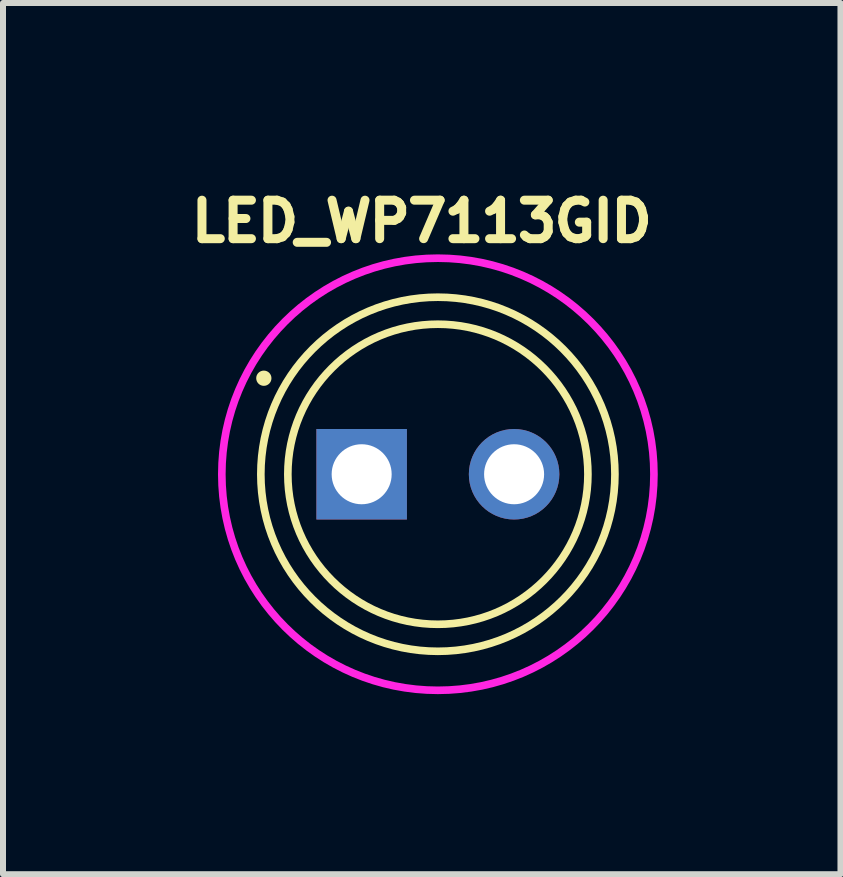
<source format=kicad_pcb>
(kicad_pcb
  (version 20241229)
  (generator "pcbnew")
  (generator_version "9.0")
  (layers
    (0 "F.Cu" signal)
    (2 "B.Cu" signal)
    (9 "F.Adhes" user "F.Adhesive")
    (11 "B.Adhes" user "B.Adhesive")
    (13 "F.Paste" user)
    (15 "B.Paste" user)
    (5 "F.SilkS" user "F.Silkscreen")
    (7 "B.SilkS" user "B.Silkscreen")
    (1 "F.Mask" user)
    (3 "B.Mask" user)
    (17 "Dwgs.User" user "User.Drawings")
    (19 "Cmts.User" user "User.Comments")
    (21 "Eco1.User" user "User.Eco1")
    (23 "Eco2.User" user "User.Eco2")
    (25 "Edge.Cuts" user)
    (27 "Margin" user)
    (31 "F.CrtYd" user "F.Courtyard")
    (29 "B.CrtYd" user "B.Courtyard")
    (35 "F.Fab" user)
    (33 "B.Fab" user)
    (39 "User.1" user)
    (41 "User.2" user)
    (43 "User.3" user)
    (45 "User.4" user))
  (footprint "LED_WP7113GID"
    (layer "F.Cu")
    (at 4.246 4.852)
    (property "Reference" "LED_WP7113GID" (at -0.268 -4.214 0) (layer "F.SilkS") (effects (font (size 0.641 0.641) (thickness 0.15))))
    (attr through_hole)
    (fp_circle (center -2.9 -1.6) (end -2.773 -1.6) (stroke (width 0) (type solid)) (fill yes) (layer "F.SilkS"))
    (fp_circle (center 0 0) (end 2.5 0) (stroke (width 0.127) (type solid)) (fill no) (layer "F.SilkS"))
    (fp_circle (center 0 0) (end 2.95 0) (stroke (width 0.127) (type solid)) (fill no) (layer "F.SilkS"))
    (fp_circle (center 0 0) (end 3.6 0) (stroke (width 0.127) (type solid)) (fill no) (layer "F.CrtYd"))
    (pad "A" thru_hole circle (at 1.27 0) (size 1.508 1.508) (drill 1) (layers "*.Cu" "*.Mask"))
    (pad "C" thru_hole rect (at -1.27 0) (size 1.508 1.508) (drill 1) (layers "*.Cu" "*.Mask")))
  (gr_rect
    (start -3 -3)
    (end 10.954 11.516)
    (stroke (width 0.1) (type default))
    (fill no)
    (layer "Edge.Cuts")))
</source>
